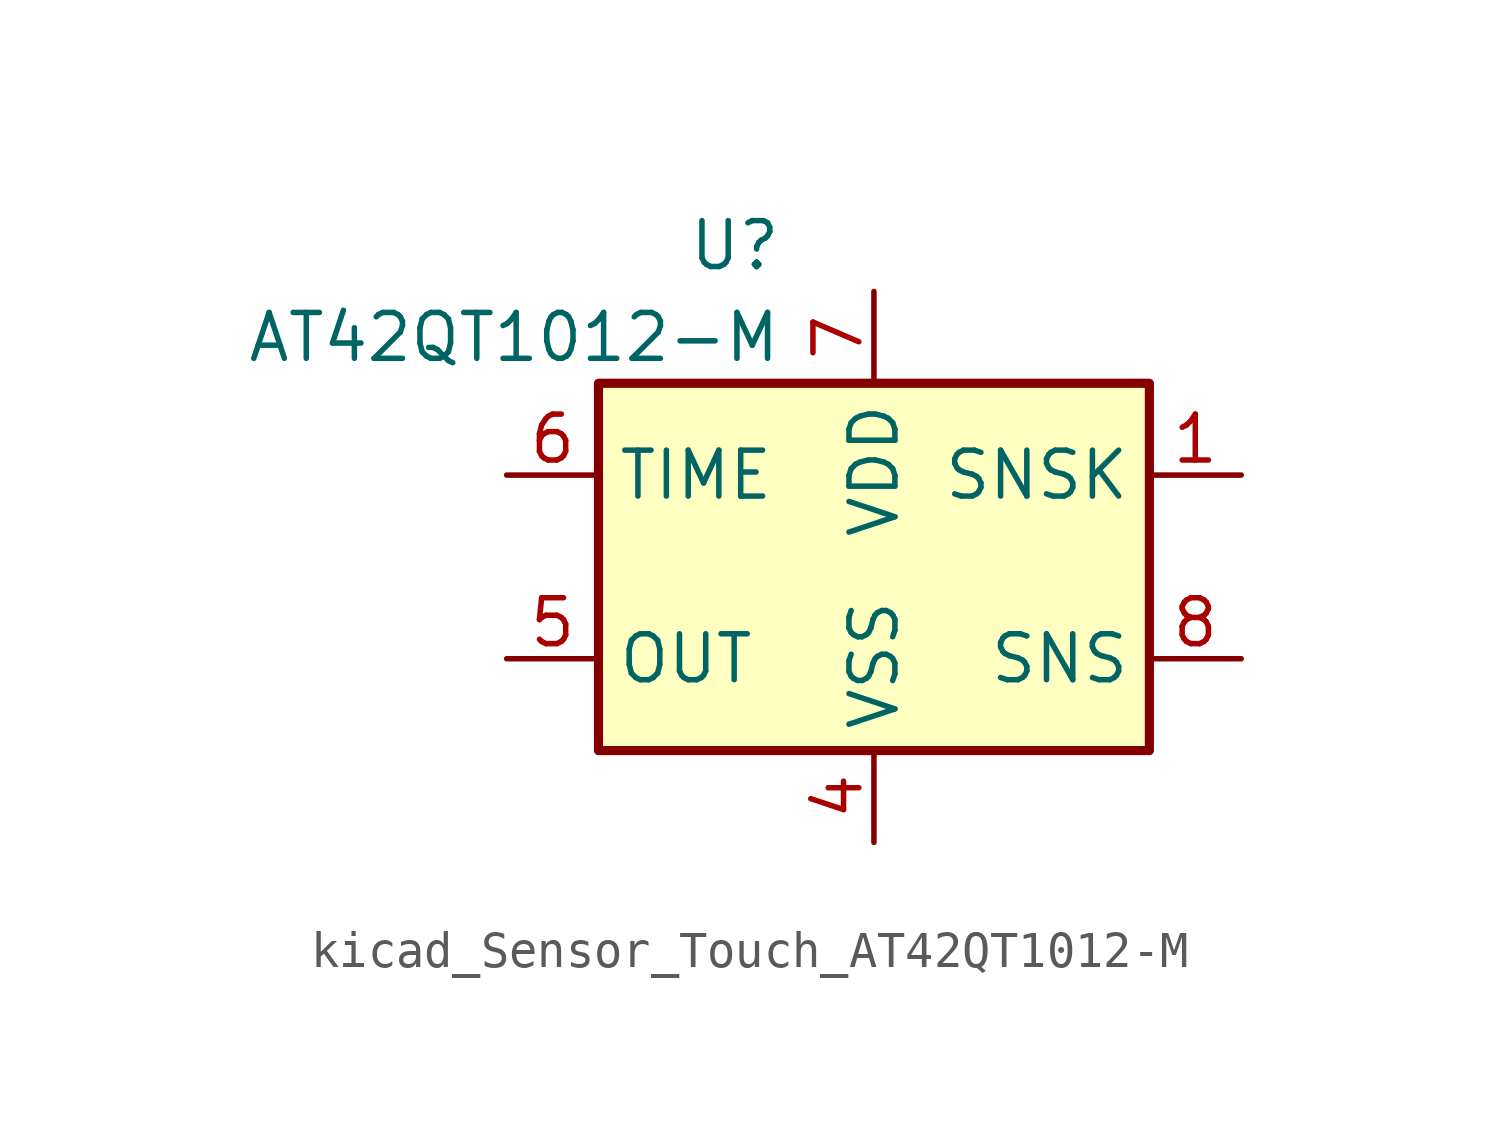
<source format=kicad_sym>
(kicad_symbol_lib
  (version 20220914)
  (generator kicad_symbol_editor)
  (symbol "kicad_Sensor_Touch_AT42QT1012-M"
    (property "Reference" "U"
      (at -2.54 8.89 0)
      (effects (font (size 1.27 1.27)) (justify right)))
    (property "Value" "AT42QT1012-M"
      (at -2.54 6.35 0)
      (effects (font (size 1.27 1.27)) (justify right)))
    (symbol "kicad_Sensor_Touch_AT42QT1012-M_0_1"
      (rectangle (start -7.62 5.08) (end 7.62 -5.08) (stroke (width 0.254) (type default)) (fill (type background))))
    (symbol "kicad_Sensor_Touch_AT42QT1012-M_1_1"
      (pin passive line (at 10.16 2.54 180) (length 2.54) (name "SNSK" (effects (font (size 1.27 1.27)))) (number "1" (effects (font (size 1.27 1.27)))))
      (pin no_connect line (at -7.62 0 0) (length 2.54) hide (name "NC" (effects (font (size 1.27 1.27)))) (number "2" (effects (font (size 1.27 1.27)))))
      (pin no_connect line (at 7.62 0 180) (length 2.54) hide (name "NC" (effects (font (size 1.27 1.27)))) (number "3" (effects (font (size 1.27 1.27)))))
      (pin power_in line (at 0 -7.62 90) (length 2.54) (name "VSS" (effects (font (size 1.27 1.27)))) (number "4" (effects (font (size 1.27 1.27)))))
      (pin output line (at -10.16 -2.54 0) (length 2.54) (name "OUT" (effects (font (size 1.27 1.27)))) (number "5" (effects (font (size 1.27 1.27)))))
      (pin input line (at -10.16 2.54 0) (length 2.54) (name "TIME" (effects (font (size 1.27 1.27)))) (number "6" (effects (font (size 1.27 1.27)))))
      (pin power_in line (at 0 7.62 270) (length 2.54) (name "VDD" (effects (font (size 1.27 1.27)))) (number "7" (effects (font (size 1.27 1.27)))))
      (pin passive line (at 10.16 -2.54 180) (length 2.54) (name "SNS" (effects (font (size 1.27 1.27)))) (number "8" (effects (font (size 1.27 1.27)))))
      (pin passive line (at 0 -7.62 90) (length 2.54) hide (name "VSS" (effects (font (size 1.27 1.27)))) (number "9" (effects (font (size 1.27 1.27))))))))
</source>
